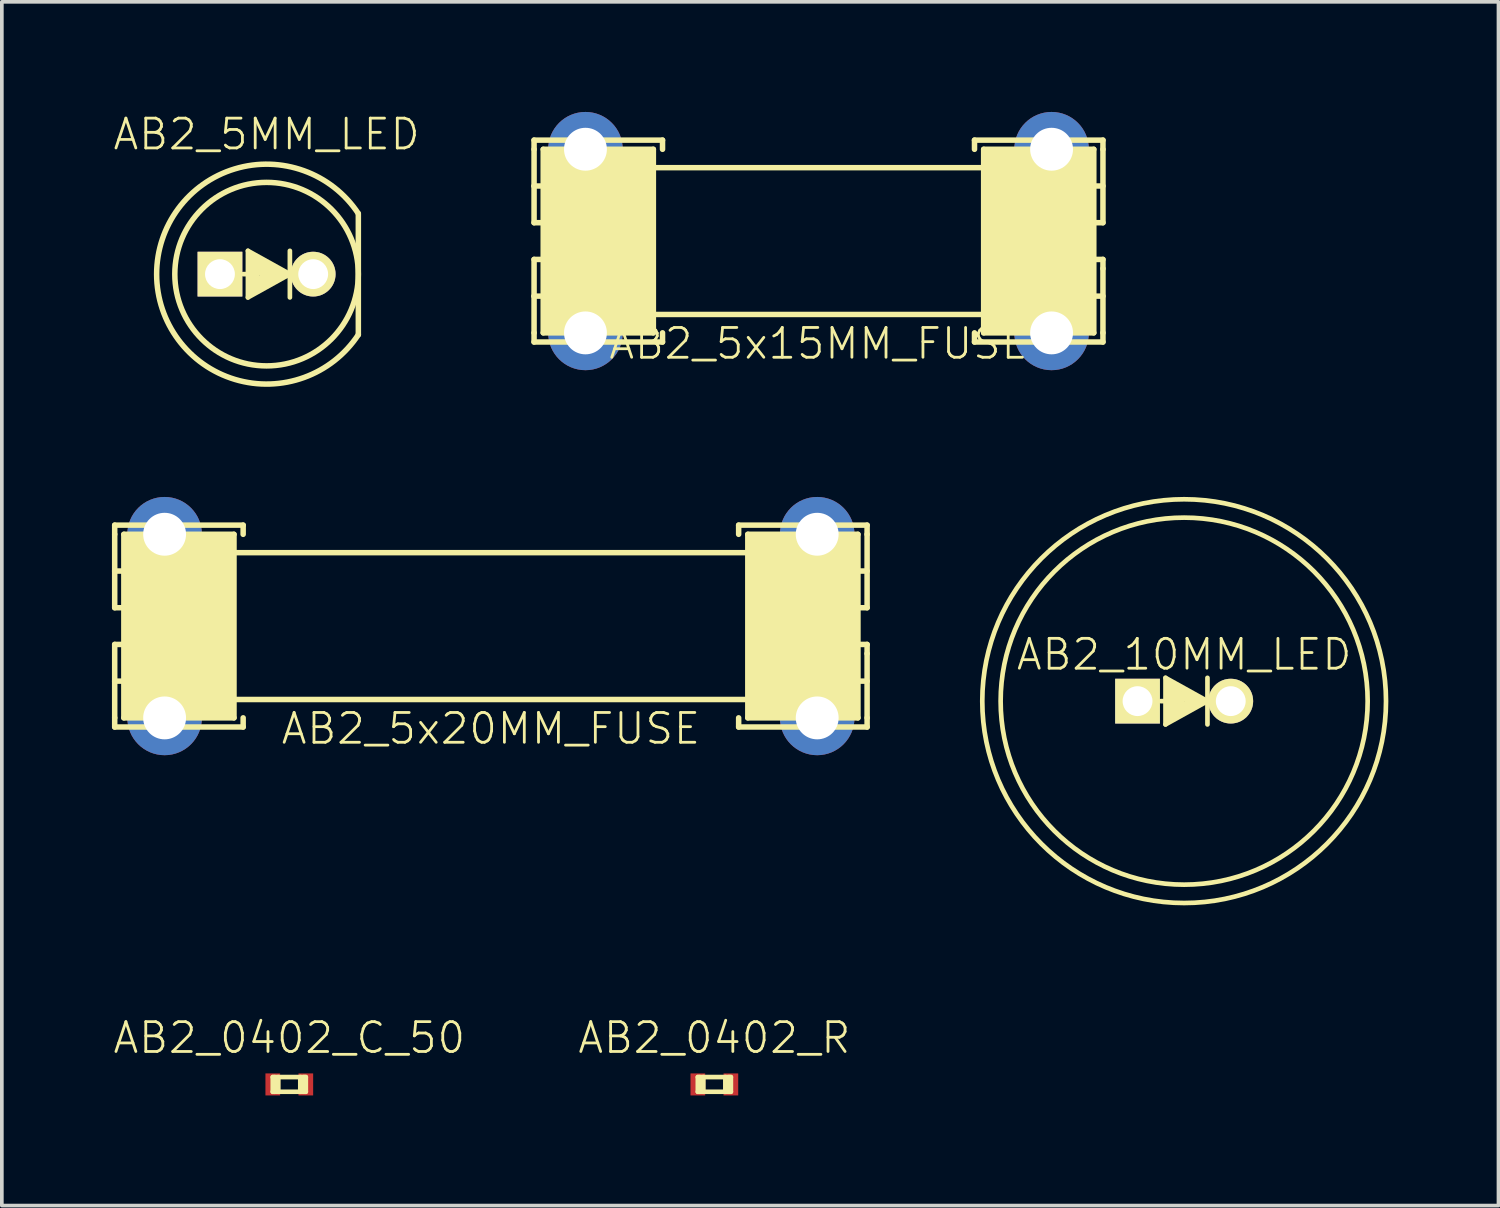
<source format=kicad_pcb>
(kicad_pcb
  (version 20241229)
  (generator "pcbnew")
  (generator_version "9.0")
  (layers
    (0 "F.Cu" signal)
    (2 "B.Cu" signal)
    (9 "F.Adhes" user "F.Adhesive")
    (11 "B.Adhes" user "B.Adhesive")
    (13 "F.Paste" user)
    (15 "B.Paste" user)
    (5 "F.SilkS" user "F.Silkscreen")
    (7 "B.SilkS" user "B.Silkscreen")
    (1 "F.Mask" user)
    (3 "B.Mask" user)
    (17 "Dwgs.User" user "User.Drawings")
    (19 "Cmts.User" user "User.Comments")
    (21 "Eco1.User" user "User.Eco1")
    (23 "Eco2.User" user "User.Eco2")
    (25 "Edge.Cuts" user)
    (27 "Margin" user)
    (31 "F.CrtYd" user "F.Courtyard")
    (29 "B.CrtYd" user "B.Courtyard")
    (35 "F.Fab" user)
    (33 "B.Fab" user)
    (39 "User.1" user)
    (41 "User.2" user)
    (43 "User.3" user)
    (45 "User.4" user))
  (footprint "AB2_0402_C_50"
    (layer "F.Cu")
    (at 4.832 26.496)
    (property "Reference" "AB2_0402_C_50" (at 0 -1.27 0) (layer "F.SilkS") (effects (font (size 0.813 0.813) (thickness 0.076))))
    (attr through_hole)
    (fp_line (start -0.45 -0.2) (end 0.45 -0.2) (stroke (width 0.127) (type solid)) (layer "F.SilkS"))
    (fp_line (start -0.45 0.2) (end -0.45 -0.2) (stroke (width 0.127) (type solid)) (layer "F.SilkS"))
    (fp_line (start -0.4 0.2) (end -0.4 -0.2) (stroke (width 0.127) (type solid)) (layer "F.SilkS"))
    (fp_line (start -0.3 -0.2) (end -0.3 0.2) (stroke (width 0.127) (type solid)) (layer "F.SilkS"))
    (fp_line (start 0.3 -0.2) (end 0.3 0.2) (stroke (width 0.127) (type solid)) (layer "F.SilkS"))
    (fp_line (start 0.4 0.2) (end 0.4 -0.2) (stroke (width 0.127) (type solid)) (layer "F.SilkS"))
    (fp_line (start 0.45 -0.2) (end 0.45 0.2) (stroke (width 0.127) (type solid)) (layer "F.SilkS"))
    (fp_line (start 0.45 0.2) (end -0.45 0.2) (stroke (width 0.127) (type solid)) (layer "F.SilkS"))
    (pad "1" smd rect (at -0.45 0) (size 0.4 0.6) (layers "F.Cu" "F.Mask" "F.Paste"))
    (pad "2" smd rect (at 0.45 0) (size 0.4 0.6) (layers "F.Cu" "F.Mask" "F.Paste")))
  (footprint "AB2_10MM_LED"
    (layer "F.Cu")
    (at 29.213 16.053)
    (property "Reference" "AB2_10MM_LED" (at 0 -1.27 0) (layer "F.SilkS") (effects (font (size 0.813 0.813) (thickness 0.076))))
    (attr through_hole)
    (fp_line (start -0.508 -0.635) (end 0.635 0) (stroke (width 0.127) (type solid)) (layer "F.SilkS"))
    (fp_line (start -0.508 0) (end -0.635 0) (stroke (width 0.127) (type solid)) (layer "F.SilkS"))
    (fp_line (start -0.508 0.635) (end -0.508 -0.635) (stroke (width 0.127) (type solid)) (layer "F.SilkS"))
    (fp_line (start -0.445 -0.508) (end 0.508 0) (stroke (width 0.127) (type solid)) (layer "F.SilkS"))
    (fp_line (start -0.445 0.572) (end -0.445 -0.508) (stroke (width 0.127) (type solid)) (layer "F.SilkS"))
    (fp_line (start -0.381 0.508) (end -0.381 -0.445) (stroke (width 0.127) (type solid)) (layer "F.SilkS"))
    (fp_line (start -0.318 -0.381) (end 0.381 0) (stroke (width 0.127) (type solid)) (layer "F.SilkS"))
    (fp_line (start -0.318 -0.318) (end 0.254 0) (stroke (width 0.127) (type solid)) (layer "F.SilkS"))
    (fp_line (start -0.318 0.381) (end -0.318 -0.318) (stroke (width 0.127) (type solid)) (layer "F.SilkS"))
    (fp_line (start -0.254 -0.191) (end 0.127 0) (stroke (width 0.127) (type solid)) (layer "F.SilkS"))
    (fp_line (start -0.254 0.254) (end -0.254 -0.191) (stroke (width 0.127) (type solid)) (layer "F.SilkS"))
    (fp_line (start -0.191 -0.064) (end -0.064 0) (stroke (width 0.127) (type solid)) (layer "F.SilkS"))
    (fp_line (start -0.191 0.191) (end -0.191 -0.064) (stroke (width 0.127) (type solid)) (layer "F.SilkS"))
    (fp_line (start -0.064 0) (end -0.127 0.064) (stroke (width 0.127) (type solid)) (layer "F.SilkS"))
    (fp_line (start 0.127 0) (end -0.191 0.191) (stroke (width 0.127) (type solid)) (layer "F.SilkS"))
    (fp_line (start 0.254 0) (end -0.254 0.254) (stroke (width 0.127) (type solid)) (layer "F.SilkS"))
    (fp_line (start 0.381 0) (end -0.318 0.381) (stroke (width 0.127) (type solid)) (layer "F.SilkS"))
    (fp_line (start 0.508 0) (end -0.381 0.508) (stroke (width 0.127) (type solid)) (layer "F.SilkS"))
    (fp_line (start 0.635 -0.635) (end 0.635 0.635) (stroke (width 0.127) (type solid)) (layer "F.SilkS"))
    (fp_line (start 0.635 0) (end -0.508 0.635) (stroke (width 0.127) (type solid)) (layer "F.SilkS"))
    (fp_circle (center 0 0) (end 0 -5.5) (stroke (width 0.127) (type solid)) (fill no) (layer "F.SilkS"))
    (fp_circle (center 0 0) (end 0 -5) (stroke (width 0.127) (type solid)) (fill no) (layer "F.SilkS"))
    (pad "1" thru_hole rect (at -1.27 0) (size 1.219 1.219) (drill 0.813) (layers "*.Cu" "*.Mask" "F.SilkS"))
    (pad "2" thru_hole circle (at 1.27 0) (size 1.219 1.219) (drill 0.813) (layers "*.Cu" "*.Mask" "F.SilkS")))
  (footprint "AB2_5MM_LED"
    (layer "F.Cu")
    (at 4.213 4.419)
    (property "Reference" "AB2_5MM_LED" (at 0 -3.81 0) (layer "F.SilkS") (effects (font (size 0.813 0.813) (thickness 0.076))))
    (attr through_hole)
    (fp_line (start -0.508 -0.635) (end 0.635 0) (stroke (width 0.127) (type solid)) (layer "F.SilkS"))
    (fp_line (start -0.508 0) (end -0.635 0) (stroke (width 0.127) (type solid)) (layer "F.SilkS"))
    (fp_line (start -0.508 0.635) (end -0.508 -0.635) (stroke (width 0.127) (type solid)) (layer "F.SilkS"))
    (fp_line (start -0.445 -0.508) (end 0.508 0) (stroke (width 0.127) (type solid)) (layer "F.SilkS"))
    (fp_line (start -0.445 -0.445) (end 0.381 0) (stroke (width 0.127) (type solid)) (layer "F.SilkS"))
    (fp_line (start -0.445 0.508) (end -0.445 -0.445) (stroke (width 0.127) (type solid)) (layer "F.SilkS"))
    (fp_line (start -0.381 -0.318) (end 0.191 0) (stroke (width 0.127) (type solid)) (layer "F.SilkS"))
    (fp_line (start -0.381 0.381) (end -0.381 -0.318) (stroke (width 0.127) (type solid)) (layer "F.SilkS"))
    (fp_line (start -0.318 -0.191) (end 0.064 0) (stroke (width 0.127) (type solid)) (layer "F.SilkS"))
    (fp_line (start -0.318 0.254) (end -0.318 -0.191) (stroke (width 0.127) (type solid)) (layer "F.SilkS"))
    (fp_line (start -0.254 -0.064) (end -0.127 0) (stroke (width 0.127) (type solid)) (layer "F.SilkS"))
    (fp_line (start -0.254 0.127) (end -0.254 -0.064) (stroke (width 0.127) (type solid)) (layer "F.SilkS"))
    (fp_line (start 0.064 0) (end -0.254 0.127) (stroke (width 0.127) (type solid)) (layer "F.SilkS"))
    (fp_line (start 0.191 0) (end -0.318 0.254) (stroke (width 0.127) (type solid)) (layer "F.SilkS"))
    (fp_line (start 0.381 0) (end -0.381 0.381) (stroke (width 0.127) (type solid)) (layer "F.SilkS"))
    (fp_line (start 0.508 0) (end -0.445 0.508) (stroke (width 0.127) (type solid)) (layer "F.SilkS"))
    (fp_line (start 0.635 -0.635) (end 0.635 0.635) (stroke (width 0.127) (type solid)) (layer "F.SilkS"))
    (fp_line (start 0.635 0) (end -0.508 0.635) (stroke (width 0.127) (type solid)) (layer "F.SilkS"))
    (fp_line (start 2.5 -1.65) (end 2.5 1.65) (stroke (width 0.15) (type solid)) (layer "F.SilkS"))
    (fp_arc (start 2.5 1.65) (mid -2.995411 0.003931) (end 2.495661 -1.656556) (stroke (width 0.15) (type solid)) (layer "F.SilkS"))
    (fp_circle (center 0 0) (end 0 -2.5) (stroke (width 0.15) (type solid)) (fill no) (layer "F.SilkS"))
    (pad "1" thru_hole rect (at -1.27 0) (size 1.219 1.219) (drill 0.813) (layers "*.Cu" "*.Mask" "F.SilkS"))
    (pad "2" thru_hole circle (at 1.27 0) (size 1.219 1.219) (drill 0.813) (layers "*.Cu" "*.Mask" "F.SilkS")))
  (footprint "AB2_0402_R"
    (layer "F.Cu")
    (at 16.413 26.496)
    (property "Reference" "AB2_0402_R" (at 0 -1.27 0) (layer "F.SilkS") (effects (font (size 0.813 0.813) (thickness 0.076))))
    (attr through_hole)
    (fp_line (start -0.45 -0.2) (end 0.45 -0.2) (stroke (width 0.127) (type solid)) (layer "F.SilkS"))
    (fp_line (start -0.45 0.2) (end -0.45 -0.2) (stroke (width 0.127) (type solid)) (layer "F.SilkS"))
    (fp_line (start -0.4 0.2) (end -0.4 -0.2) (stroke (width 0.127) (type solid)) (layer "F.SilkS"))
    (fp_line (start -0.3 -0.2) (end -0.3 0.2) (stroke (width 0.127) (type solid)) (layer "F.SilkS"))
    (fp_line (start 0.3 -0.2) (end 0.3 0.2) (stroke (width 0.127) (type solid)) (layer "F.SilkS"))
    (fp_line (start 0.4 0.2) (end 0.4 -0.2) (stroke (width 0.127) (type solid)) (layer "F.SilkS"))
    (fp_line (start 0.45 -0.2) (end 0.45 0.2) (stroke (width 0.127) (type solid)) (layer "F.SilkS"))
    (fp_line (start 0.45 0.2) (end -0.45 0.2) (stroke (width 0.127) (type solid)) (layer "F.SilkS"))
    (pad "1" smd rect (at -0.45 0) (size 0.4 0.6) (layers "F.Cu" "F.Mask" "F.Paste"))
    (pad "2" smd rect (at 0.45 0) (size 0.4 0.6) (layers "F.Cu" "F.Mask" "F.Paste")))
  (footprint "AB2_5x20MM_FUSE"
    (layer "F.Cu")
    (at 10.325 14.008)
    (property "Reference" "AB2_5x20MM_FUSE" (at 0 2.794 0) (layer "F.SilkS") (effects (font (size 0.812 0.813) (thickness 0.076))))
    (attr through_hole)
    (fp_line (start -10.25 -2.75) (end -6.75 -2.75) (stroke (width 0.15) (type solid)) (layer "F.SilkS"))
    (fp_line (start -10.25 -2.5) (end -10.25 -2.75) (stroke (width 0.15) (type solid)) (layer "F.SilkS"))
    (fp_line (start -10.25 -1.5) (end -10.25 -2.5) (stroke (width 0.15) (type solid)) (layer "F.SilkS"))
    (fp_line (start -10.25 -1.5) (end -10 -1.5) (stroke (width 0.15) (type solid)) (layer "F.SilkS"))
    (fp_line (start -10.25 -0.5) (end -10.25 -1.5) (stroke (width 0.15) (type solid)) (layer "F.SilkS"))
    (fp_line (start -10.25 -0.5) (end -10 -0.5) (stroke (width 0.15) (type solid)) (layer "F.SilkS"))
    (fp_line (start -10.25 0.5) (end -10.25 1.5) (stroke (width 0.15) (type solid)) (layer "F.SilkS"))
    (fp_line (start -10.25 0.5) (end -10 0.5) (stroke (width 0.15) (type solid)) (layer "F.SilkS"))
    (fp_line (start -10.25 1.5) (end -10.25 2.5) (stroke (width 0.15) (type solid)) (layer "F.SilkS"))
    (fp_line (start -10.25 1.5) (end -10 1.5) (stroke (width 0.15) (type solid)) (layer "F.SilkS"))
    (fp_line (start -10.25 2.5) (end -10.25 2.75) (stroke (width 0.15) (type solid)) (layer "F.SilkS"))
    (fp_line (start -10.25 2.75) (end -6.75 2.75) (stroke (width 0.15) (type solid)) (layer "F.SilkS"))
    (fp_line (start -10 -2.5) (end -7 -2.5) (stroke (width 0.15) (type solid)) (layer "F.SilkS"))
    (fp_line (start -10 2.5) (end -10 -2.5) (stroke (width 0.15) (type solid)) (layer "F.SilkS"))
    (fp_line (start -10 2.5) (end -7 2.5) (stroke (width 0.15) (type solid)) (layer "F.SilkS"))
    (fp_line (start -9.8 -2.3) (end -7.2 -2.3) (stroke (width 0.5) (type solid)) (layer "F.SilkS"))
    (fp_line (start -9.8 2.3) (end -7.2 2.3) (stroke (width 0.5) (type solid)) (layer "F.SilkS"))
    (fp_line (start -9.5 -2) (end -9.5 2) (stroke (width 1) (type solid)) (layer "F.SilkS"))
    (fp_line (start -8.75 2) (end -8.75 -2) (stroke (width 1) (type solid)) (layer "F.SilkS"))
    (fp_line (start -8 -2) (end -8 2) (stroke (width 1) (type solid)) (layer "F.SilkS"))
    (fp_line (start -7.5 -2) (end -7.5 2) (stroke (width 1) (type solid)) (layer "F.SilkS"))
    (fp_line (start -7 -2.5) (end -7 2.5) (stroke (width 0.15) (type solid)) (layer "F.SilkS"))
    (fp_line (start -7 -2) (end 7 -2) (stroke (width 0.15) (type solid)) (layer "F.SilkS"))
    (fp_line (start -6.75 -2.75) (end -6.75 -2.5) (stroke (width 0.15) (type solid)) (layer "F.SilkS"))
    (fp_line (start -6.75 2.75) (end -6.75 2.5) (stroke (width 0.15) (type solid)) (layer "F.SilkS"))
    (fp_line (start 6.75 -2.75) (end 10.25 -2.75) (stroke (width 0.15) (type solid)) (layer "F.SilkS"))
    (fp_line (start 6.75 -2.5) (end 6.75 -2.75) (stroke (width 0.15) (type solid)) (layer "F.SilkS"))
    (fp_line (start 6.75 2.5) (end 6.75 2.75) (stroke (width 0.15) (type solid)) (layer "F.SilkS"))
    (fp_line (start 6.75 2.75) (end 10.25 2.75) (stroke (width 0.15) (type solid)) (layer "F.SilkS"))
    (fp_line (start 7 -2.5) (end 7 2.5) (stroke (width 0.15) (type solid)) (layer "F.SilkS"))
    (fp_line (start 7 -2.5) (end 10 -2.5) (stroke (width 0.15) (type solid)) (layer "F.SilkS"))
    (fp_line (start 7 2) (end -7 2) (stroke (width 0.15) (type solid)) (layer "F.SilkS"))
    (fp_line (start 7 2.5) (end 10 2.5) (stroke (width 0.15) (type solid)) (layer "F.SilkS"))
    (fp_line (start 7.2 -2.3) (end 9.8 -2.3) (stroke (width 0.5) (type solid)) (layer "F.SilkS"))
    (fp_line (start 7.2 2.3) (end 9.8 2.3) (stroke (width 0.5) (type solid)) (layer "F.SilkS"))
    (fp_line (start 7.5 -2) (end 7.5 2) (stroke (width 1) (type solid)) (layer "F.SilkS"))
    (fp_line (start 8 -2) (end 8 2) (stroke (width 1) (type solid)) (layer "F.SilkS"))
    (fp_line (start 8.75 -2) (end 8.75 2) (stroke (width 1) (type solid)) (layer "F.SilkS"))
    (fp_line (start 9.5 -2) (end 9.5 2) (stroke (width 1) (type solid)) (layer "F.SilkS"))
    (fp_line (start 10 -2.5) (end 10 2.5) (stroke (width 0.15) (type solid)) (layer "F.SilkS"))
    (fp_line (start 10.25 -2.75) (end 10.25 -2.5) (stroke (width 0.15) (type solid)) (layer "F.SilkS"))
    (fp_line (start 10.25 -2.5) (end 10.25 -0.5) (stroke (width 0.15) (type solid)) (layer "F.SilkS"))
    (fp_line (start 10.25 -1.5) (end 10 -1.5) (stroke (width 0.15) (type solid)) (layer "F.SilkS"))
    (fp_line (start 10.25 -0.5) (end 10 -0.5) (stroke (width 0.15) (type solid)) (layer "F.SilkS"))
    (fp_line (start 10.25 0.5) (end 10 0.5) (stroke (width 0.15) (type solid)) (layer "F.SilkS"))
    (fp_line (start 10.25 0.75) (end 10.25 0.5) (stroke (width 0.15) (type solid)) (layer "F.SilkS"))
    (fp_line (start 10.25 1.5) (end 10 1.5) (stroke (width 0.15) (type solid)) (layer "F.SilkS"))
    (fp_line (start 10.25 2.5) (end 10.25 0.75) (stroke (width 0.15) (type solid)) (layer "F.SilkS"))
    (fp_line (start 10.25 2.75) (end 10.25 2.5) (stroke (width 0.15) (type solid)) (layer "F.SilkS"))
    (pad "1" thru_hole circle (at -8.89 -2.502) (size 2.032 2.032) (drill 1.168) (layers "*.Cu" "*.Mask"))
    (pad "1" thru_hole circle (at -8.89 2.502) (size 2.032 2.032) (drill 1.168) (layers "*.Cu" "*.Mask"))
    (pad "2" thru_hole circle (at 8.89 -2.502) (size 2.032 2.032) (drill 1.168) (layers "*.Cu" "*.Mask"))
    (pad "2" thru_hole circle (at 8.89 2.502) (size 2.032 2.032) (drill 1.168) (layers "*.Cu" "*.Mask")))
  (footprint "AB2_5x15MM_FUSE"
    (layer "F.Cu")
    (at 19.251 3.518)
    (property "Reference" "AB2_5x15MM_FUSE" (at 0 2.794 0) (layer "F.SilkS") (effects (font (size 0.812 0.813) (thickness 0.076))))
    (attr through_hole)
    (fp_line (start -7.75 -2.75) (end -4.25 -2.75) (stroke (width 0.15) (type solid)) (layer "F.SilkS"))
    (fp_line (start -7.75 -2.5) (end -7.75 -2.75) (stroke (width 0.15) (type solid)) (layer "F.SilkS"))
    (fp_line (start -7.75 -1.5) (end -7.75 -2.5) (stroke (width 0.15) (type solid)) (layer "F.SilkS"))
    (fp_line (start -7.75 -1.5) (end -7.5 -1.5) (stroke (width 0.15) (type solid)) (layer "F.SilkS"))
    (fp_line (start -7.75 -0.5) (end -7.75 -1.5) (stroke (width 0.15) (type solid)) (layer "F.SilkS"))
    (fp_line (start -7.75 -0.5) (end -7.5 -0.5) (stroke (width 0.15) (type solid)) (layer "F.SilkS"))
    (fp_line (start -7.75 0.5) (end -7.75 1.5) (stroke (width 0.15) (type solid)) (layer "F.SilkS"))
    (fp_line (start -7.75 0.5) (end -7.5 0.5) (stroke (width 0.15) (type solid)) (layer "F.SilkS"))
    (fp_line (start -7.75 1.5) (end -7.75 2.5) (stroke (width 0.15) (type solid)) (layer "F.SilkS"))
    (fp_line (start -7.75 1.5) (end -7.5 1.5) (stroke (width 0.15) (type solid)) (layer "F.SilkS"))
    (fp_line (start -7.75 2.5) (end -7.75 2.75) (stroke (width 0.15) (type solid)) (layer "F.SilkS"))
    (fp_line (start -7.75 2.75) (end -4.25 2.75) (stroke (width 0.15) (type solid)) (layer "F.SilkS"))
    (fp_line (start -7.5 -2.5) (end -4.5 -2.5) (stroke (width 0.15) (type solid)) (layer "F.SilkS"))
    (fp_line (start -7.5 2.5) (end -7.5 -2.5) (stroke (width 0.15) (type solid)) (layer "F.SilkS"))
    (fp_line (start -7.5 2.5) (end -4.5 2.5) (stroke (width 0.15) (type solid)) (layer "F.SilkS"))
    (fp_line (start -7.3 -2.3) (end -4.7 -2.3) (stroke (width 0.5) (type solid)) (layer "F.SilkS"))
    (fp_line (start -7.3 2.3) (end -4.7 2.3) (stroke (width 0.5) (type solid)) (layer "F.SilkS"))
    (fp_line (start -7 -2) (end -7 2) (stroke (width 1) (type solid)) (layer "F.SilkS"))
    (fp_line (start -6.25 2) (end -6.25 -2) (stroke (width 1) (type solid)) (layer "F.SilkS"))
    (fp_line (start -5.5 -2) (end -5.5 2) (stroke (width 1) (type solid)) (layer "F.SilkS"))
    (fp_line (start -5 -2) (end -5 2) (stroke (width 1) (type solid)) (layer "F.SilkS"))
    (fp_line (start -4.5 -2.5) (end -4.5 2.5) (stroke (width 0.15) (type solid)) (layer "F.SilkS"))
    (fp_line (start -4.5 -2) (end 4.5 -2) (stroke (width 0.15) (type solid)) (layer "F.SilkS"))
    (fp_line (start -4.25 -2.75) (end -4.25 -2.5) (stroke (width 0.15) (type solid)) (layer "F.SilkS"))
    (fp_line (start -4.25 2.75) (end -4.25 2.5) (stroke (width 0.15) (type solid)) (layer "F.SilkS"))
    (fp_line (start 4.25 -2.75) (end 7.75 -2.75) (stroke (width 0.15) (type solid)) (layer "F.SilkS"))
    (fp_line (start 4.25 -2.5) (end 4.25 -2.75) (stroke (width 0.15) (type solid)) (layer "F.SilkS"))
    (fp_line (start 4.25 2.5) (end 4.25 2.75) (stroke (width 0.15) (type solid)) (layer "F.SilkS"))
    (fp_line (start 4.25 2.75) (end 7.75 2.75) (stroke (width 0.15) (type solid)) (layer "F.SilkS"))
    (fp_line (start 4.5 -2.5) (end 4.5 2.5) (stroke (width 0.15) (type solid)) (layer "F.SilkS"))
    (fp_line (start 4.5 -2.5) (end 7.5 -2.5) (stroke (width 0.15) (type solid)) (layer "F.SilkS"))
    (fp_line (start 4.5 2) (end -4.5 2) (stroke (width 0.15) (type solid)) (layer "F.SilkS"))
    (fp_line (start 4.5 2.5) (end 7.5 2.5) (stroke (width 0.15) (type solid)) (layer "F.SilkS"))
    (fp_line (start 4.7 -2.3) (end 7.3 -2.3) (stroke (width 0.5) (type solid)) (layer "F.SilkS"))
    (fp_line (start 4.7 2.3) (end 7.3 2.3) (stroke (width 0.5) (type solid)) (layer "F.SilkS"))
    (fp_line (start 5 -2) (end 5 2) (stroke (width 1) (type solid)) (layer "F.SilkS"))
    (fp_line (start 5.5 -2) (end 5.5 2) (stroke (width 1) (type solid)) (layer "F.SilkS"))
    (fp_line (start 6.25 -2) (end 6.25 2) (stroke (width 1) (type solid)) (layer "F.SilkS"))
    (fp_line (start 7 -2) (end 7 2) (stroke (width 1) (type solid)) (layer "F.SilkS"))
    (fp_line (start 7.5 -2.5) (end 7.5 2.5) (stroke (width 0.15) (type solid)) (layer "F.SilkS"))
    (fp_line (start 7.75 -2.75) (end 7.75 -2.5) (stroke (width 0.15) (type solid)) (layer "F.SilkS"))
    (fp_line (start 7.75 -2.5) (end 7.75 -0.5) (stroke (width 0.15) (type solid)) (layer "F.SilkS"))
    (fp_line (start 7.75 -1.5) (end 7.5 -1.5) (stroke (width 0.15) (type solid)) (layer "F.SilkS"))
    (fp_line (start 7.75 -0.5) (end 7.5 -0.5) (stroke (width 0.15) (type solid)) (layer "F.SilkS"))
    (fp_line (start 7.75 0.5) (end 7.5 0.5) (stroke (width 0.15) (type solid)) (layer "F.SilkS"))
    (fp_line (start 7.75 0.75) (end 7.75 0.5) (stroke (width 0.15) (type solid)) (layer "F.SilkS"))
    (fp_line (start 7.75 1.5) (end 7.5 1.5) (stroke (width 0.15) (type solid)) (layer "F.SilkS"))
    (fp_line (start 7.75 2.5) (end 7.75 0.75) (stroke (width 0.15) (type solid)) (layer "F.SilkS"))
    (fp_line (start 7.75 2.75) (end 7.75 2.5) (stroke (width 0.15) (type solid)) (layer "F.SilkS"))
    (pad "1" thru_hole circle (at -6.35 -2.502) (size 2.032 2.032) (drill 1.168) (layers "*.Cu" "*.Mask"))
    (pad "1" thru_hole circle (at -6.35 2.502) (size 2.032 2.032) (drill 1.168) (layers "*.Cu" "*.Mask"))
    (pad "2" thru_hole circle (at 6.35 -2.502) (size 2.032 2.032) (drill 1.168) (layers "*.Cu" "*.Mask"))
    (pad "2" thru_hole circle (at 6.35 2.502) (size 2.032 2.032) (drill 1.168) (layers "*.Cu" "*.Mask")))
  (gr_rect
    (start -3 -3)
    (end 37.777 29.796)
    (stroke (width 0.1) (type default))
    (fill no)
    (layer "Edge.Cuts")))
</source>
